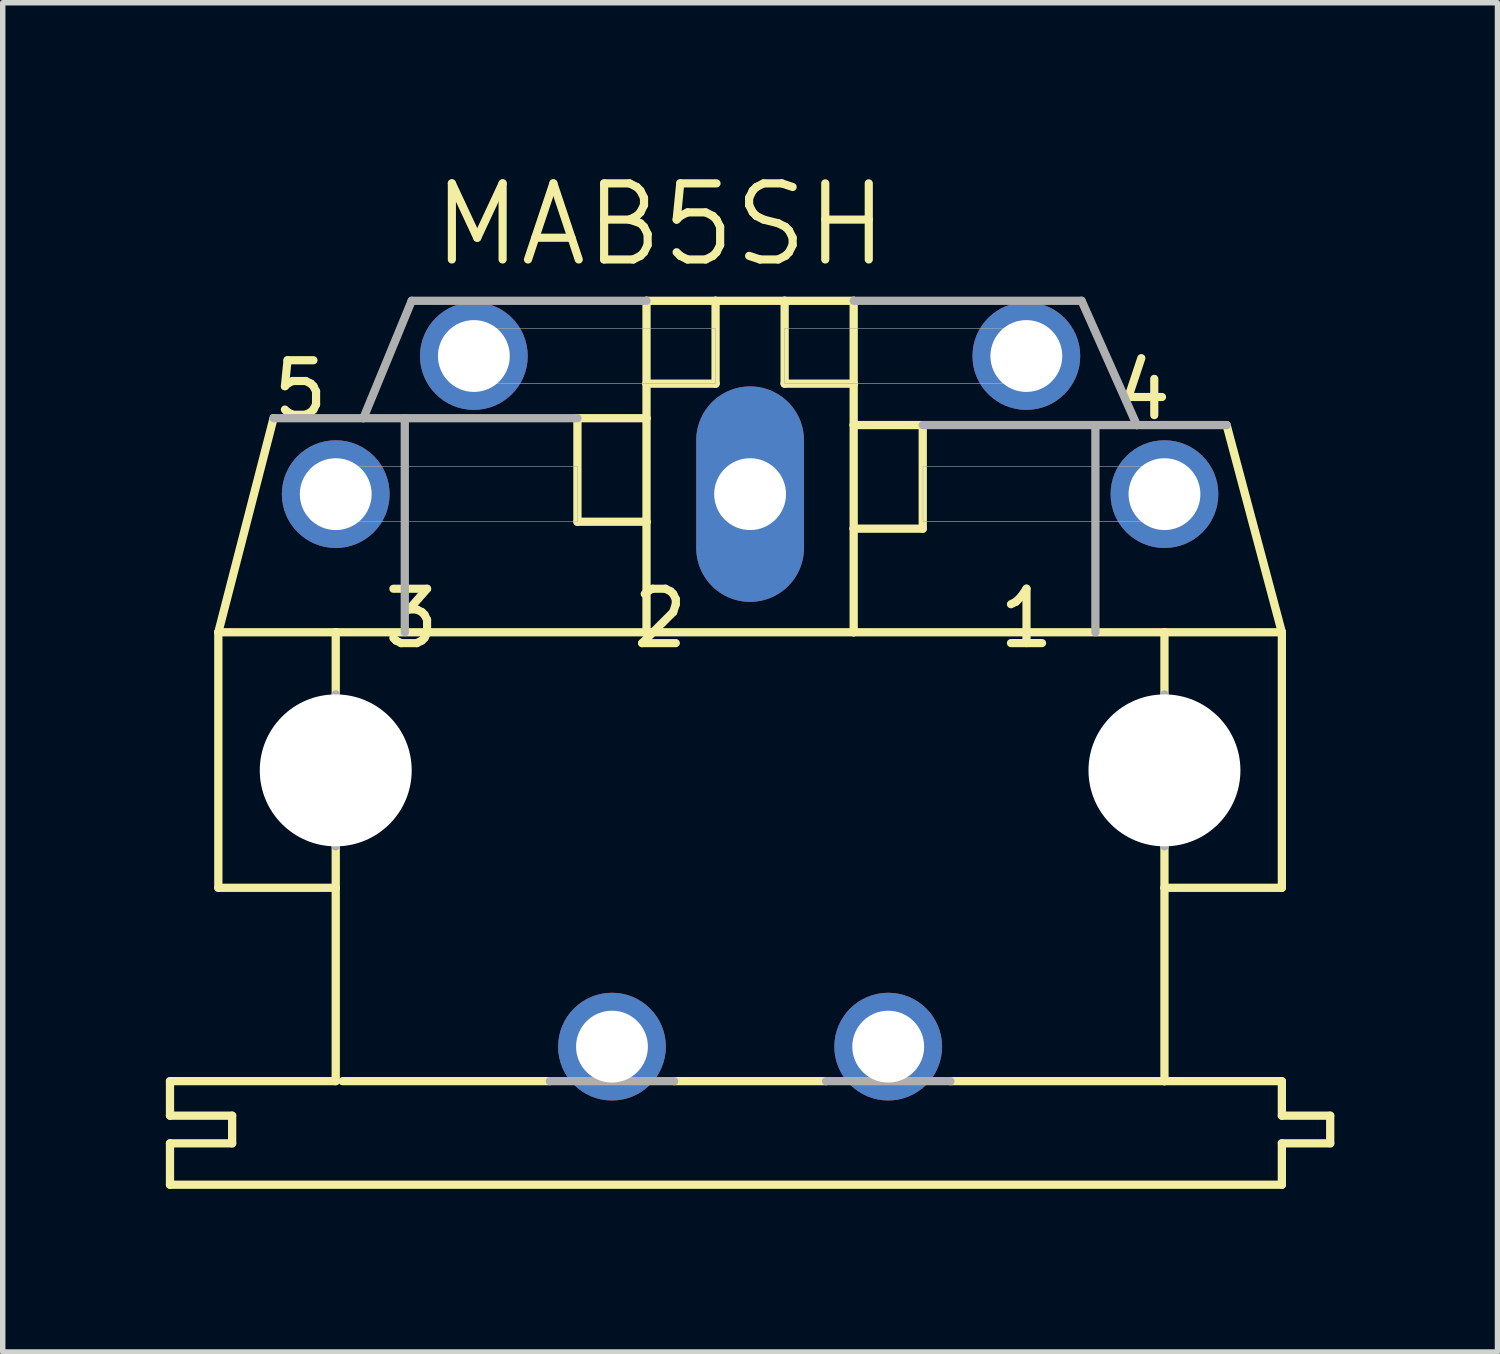
<source format=kicad_pcb>
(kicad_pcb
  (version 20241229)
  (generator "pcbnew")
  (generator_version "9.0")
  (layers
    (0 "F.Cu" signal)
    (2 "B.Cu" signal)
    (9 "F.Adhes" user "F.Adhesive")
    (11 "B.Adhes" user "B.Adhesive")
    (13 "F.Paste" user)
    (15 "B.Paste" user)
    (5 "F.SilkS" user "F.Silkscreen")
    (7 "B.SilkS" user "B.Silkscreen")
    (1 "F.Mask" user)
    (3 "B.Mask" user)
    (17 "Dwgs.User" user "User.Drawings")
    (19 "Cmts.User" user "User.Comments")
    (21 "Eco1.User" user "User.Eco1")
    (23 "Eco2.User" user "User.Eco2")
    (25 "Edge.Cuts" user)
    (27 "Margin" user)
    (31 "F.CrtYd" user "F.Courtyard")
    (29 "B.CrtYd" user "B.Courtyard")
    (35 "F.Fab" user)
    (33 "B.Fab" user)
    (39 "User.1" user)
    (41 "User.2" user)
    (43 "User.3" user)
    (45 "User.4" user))
  (footprint "MAB5SH"
    (layer "F.Cu")
    (at 10.744 11.117)
    (property "Reference" "MAB5SH" (at -1.651 -10.035 0) (layer "F.SilkS") (effects (font (size 1.4 1.4) (thickness 0.15))))
    (attr through_hole)
    (fp_line (start -10.668 6.35) (end -10.668 5.715) (stroke (width 0.152) (type solid)) (layer "F.SilkS"))
    (fp_line (start -10.668 6.35) (end -9.525 6.35) (stroke (width 0.152) (type solid)) (layer "F.SilkS"))
    (fp_line (start -10.668 7.62) (end -10.668 6.858) (stroke (width 0.152) (type solid)) (layer "F.SilkS"))
    (fp_line (start -10.668 7.62) (end 9.779 7.62) (stroke (width 0.152) (type solid)) (layer "F.SilkS"))
    (fp_line (start -9.779 2.159) (end -9.779 -2.54) (stroke (width 0.152) (type solid)) (layer "F.SilkS"))
    (fp_line (start -9.779 2.159) (end -7.62 2.159) (stroke (width 0.152) (type solid)) (layer "F.SilkS"))
    (fp_line (start -9.525 6.858) (end -10.668 6.858) (stroke (width 0.152) (type solid)) (layer "F.SilkS"))
    (fp_line (start -9.525 6.858) (end -9.525 6.35) (stroke (width 0.152) (type solid)) (layer "F.SilkS"))
    (fp_line (start -8.763 -6.477) (end -9.779 -2.54) (stroke (width 0.152) (type solid)) (layer "F.SilkS"))
    (fp_line (start -7.62 -2.54) (end -9.779 -2.54) (stroke (width 0.152) (type solid)) (layer "F.SilkS"))
    (fp_line (start -7.62 -2.54) (end -7.62 -1.397) (stroke (width 0.152) (type solid)) (layer "F.SilkS"))
    (fp_line (start -7.62 2.159) (end -7.62 1.397) (stroke (width 0.152) (type solid)) (layer "F.SilkS"))
    (fp_line (start -7.62 5.715) (end -10.668 5.715) (stroke (width 0.152) (type solid)) (layer "F.SilkS"))
    (fp_line (start -7.62 5.715) (end -7.62 2.159) (stroke (width 0.152) (type solid)) (layer "F.SilkS"))
    (fp_line (start -7.493 5.715) (end -3.683 5.715) (stroke (width 0.152) (type solid)) (layer "F.SilkS"))
    (fp_line (start -3.175 -6.477) (end -3.175 -4.572) (stroke (width 0.152) (type solid)) (layer "F.SilkS"))
    (fp_line (start -1.905 -8.636) (end -1.905 -7.112) (stroke (width 0.152) (type solid)) (layer "F.SilkS"))
    (fp_line (start -1.905 -7.112) (end -1.905 -6.477) (stroke (width 0.152) (type solid)) (layer "F.SilkS"))
    (fp_line (start -1.905 -7.112) (end -0.635 -7.112) (stroke (width 0.152) (type solid)) (layer "F.SilkS"))
    (fp_line (start -1.905 -6.477) (end -3.175 -6.477) (stroke (width 0.152) (type solid)) (layer "F.SilkS"))
    (fp_line (start -1.905 -6.477) (end -1.905 -4.572) (stroke (width 0.152) (type solid)) (layer "F.SilkS"))
    (fp_line (start -1.905 -4.572) (end -3.175 -4.572) (stroke (width 0.152) (type solid)) (layer "F.SilkS"))
    (fp_line (start -1.905 -4.572) (end -1.905 -2.54) (stroke (width 0.152) (type solid)) (layer "F.SilkS"))
    (fp_line (start -1.905 -2.54) (end -7.62 -2.54) (stroke (width 0.152) (type solid)) (layer "F.SilkS"))
    (fp_line (start -1.397 5.715) (end 1.397 5.715) (stroke (width 0.152) (type solid)) (layer "F.SilkS"))
    (fp_line (start -0.635 -8.636) (end -1.905 -8.636) (stroke (width 0.152) (type solid)) (layer "F.SilkS"))
    (fp_line (start -0.635 -8.636) (end -0.635 -7.112) (stroke (width 0.152) (type solid)) (layer "F.SilkS"))
    (fp_line (start 0.635 -8.636) (end -0.635 -8.636) (stroke (width 0.152) (type solid)) (layer "F.SilkS"))
    (fp_line (start 0.635 -8.636) (end 0.635 -7.112) (stroke (width 0.152) (type solid)) (layer "F.SilkS"))
    (fp_line (start 1.905 -8.636) (end 0.635 -8.636) (stroke (width 0.152) (type solid)) (layer "F.SilkS"))
    (fp_line (start 1.905 -8.636) (end 1.905 -7.112) (stroke (width 0.152) (type solid)) (layer "F.SilkS"))
    (fp_line (start 1.905 -7.112) (end 0.635 -7.112) (stroke (width 0.152) (type solid)) (layer "F.SilkS"))
    (fp_line (start 1.905 -7.112) (end 1.905 -6.35) (stroke (width 0.152) (type solid)) (layer "F.SilkS"))
    (fp_line (start 1.905 -6.35) (end 1.905 -4.445) (stroke (width 0.152) (type solid)) (layer "F.SilkS"))
    (fp_line (start 1.905 -4.445) (end 1.905 -2.54) (stroke (width 0.152) (type solid)) (layer "F.SilkS"))
    (fp_line (start 1.905 -4.445) (end 3.175 -4.445) (stroke (width 0.152) (type solid)) (layer "F.SilkS"))
    (fp_line (start 1.905 -2.54) (end -1.905 -2.54) (stroke (width 0.152) (type solid)) (layer "F.SilkS"))
    (fp_line (start 3.175 -6.35) (end 1.905 -6.35) (stroke (width 0.152) (type solid)) (layer "F.SilkS"))
    (fp_line (start 3.175 -6.35) (end 3.175 -4.445) (stroke (width 0.152) (type solid)) (layer "F.SilkS"))
    (fp_line (start 3.683 5.715) (end 7.62 5.715) (stroke (width 0.152) (type solid)) (layer "F.SilkS"))
    (fp_line (start 7.62 -2.54) (end 1.905 -2.54) (stroke (width 0.152) (type solid)) (layer "F.SilkS"))
    (fp_line (start 7.62 -2.54) (end 7.62 -1.397) (stroke (width 0.152) (type solid)) (layer "F.SilkS"))
    (fp_line (start 7.62 2.159) (end 7.62 1.397) (stroke (width 0.152) (type solid)) (layer "F.SilkS"))
    (fp_line (start 7.62 5.715) (end 7.62 2.159) (stroke (width 0.152) (type solid)) (layer "F.SilkS"))
    (fp_line (start 8.763 -6.35) (end 9.779 -2.54) (stroke (width 0.152) (type solid)) (layer "F.SilkS"))
    (fp_line (start 9.779 -2.54) (end 7.62 -2.54) (stroke (width 0.152) (type solid)) (layer "F.SilkS"))
    (fp_line (start 9.779 2.159) (end 7.62 2.159) (stroke (width 0.152) (type solid)) (layer "F.SilkS"))
    (fp_line (start 9.779 2.159) (end 9.779 -2.54) (stroke (width 0.152) (type solid)) (layer "F.SilkS"))
    (fp_line (start 9.779 5.715) (end 7.62 5.715) (stroke (width 0.152) (type solid)) (layer "F.SilkS"))
    (fp_line (start 9.779 5.715) (end 9.779 6.35) (stroke (width 0.152) (type solid)) (layer "F.SilkS"))
    (fp_line (start 9.779 7.62) (end 9.779 6.858) (stroke (width 0.152) (type solid)) (layer "F.SilkS"))
    (fp_line (start 10.668 6.35) (end 9.779 6.35) (stroke (width 0.152) (type solid)) (layer "F.SilkS"))
    (fp_line (start 10.668 6.858) (end 9.779 6.858) (stroke (width 0.152) (type solid)) (layer "F.SilkS"))
    (fp_line (start 10.668 6.858) (end 10.668 6.35) (stroke (width 0.152) (type solid)) (layer "F.SilkS"))
    (fp_line (start -8.763 -6.477) (end -7.112 -6.477) (stroke (width 0.152) (type solid)) (layer "F.Fab"))
    (fp_line (start -7.62 -1.397) (end -7.62 1.397) (stroke (width 0.152) (type solid)) (layer "F.Fab"))
    (fp_line (start -7.112 -6.477) (end -6.223 -8.636) (stroke (width 0.152) (type solid)) (layer "F.Fab"))
    (fp_line (start -6.35 -6.477) (end -7.112 -6.477) (stroke (width 0.152) (type solid)) (layer "F.Fab"))
    (fp_line (start -6.35 -6.477) (end -6.35 -2.54) (stroke (width 0.152) (type solid)) (layer "F.Fab"))
    (fp_line (start -3.175 -6.477) (end -6.35 -6.477) (stroke (width 0.152) (type solid)) (layer "F.Fab"))
    (fp_line (start -1.905 -8.636) (end -6.223 -8.636) (stroke (width 0.152) (type solid)) (layer "F.Fab"))
    (fp_line (start -1.397 5.715) (end -3.683 5.715) (stroke (width 0.152) (type solid)) (layer "F.Fab"))
    (fp_line (start 3.683 5.715) (end 1.397 5.715) (stroke (width 0.152) (type solid)) (layer "F.Fab"))
    (fp_line (start 6.096 -8.636) (end 1.905 -8.636) (stroke (width 0.152) (type solid)) (layer "F.Fab"))
    (fp_line (start 6.096 -8.636) (end 7.112 -6.35) (stroke (width 0.152) (type solid)) (layer "F.Fab"))
    (fp_line (start 6.35 -6.35) (end 3.175 -6.35) (stroke (width 0.152) (type solid)) (layer "F.Fab"))
    (fp_line (start 6.35 -6.35) (end 6.35 -2.54) (stroke (width 0.152) (type solid)) (layer "F.Fab"))
    (fp_line (start 7.112 -6.35) (end 6.35 -6.35) (stroke (width 0.152) (type solid)) (layer "F.Fab"))
    (fp_line (start 7.62 -1.397) (end 7.62 1.397) (stroke (width 0.152) (type solid)) (layer "F.Fab"))
    (fp_line (start 8.763 -6.35) (end 7.112 -6.35) (stroke (width 0.152) (type solid)) (layer "F.Fab"))
    (fp_poly (pts (xy -8.016 -5.588) (xy -3.175 -5.588) (xy -3.175 -4.581) (xy -8.016 -4.581)) (stroke (width 0.01) (type solid)) (fill no) (layer "F.Fab"))
    (fp_poly (pts (xy -5.465 -8.128) (xy -0.635 -8.128) (xy -0.635 -7.117) (xy -5.465 -7.117)) (stroke (width 0.01) (type solid)) (fill no) (layer "F.Fab"))
    (fp_poly (pts (xy 0.635 -8.128) (xy 5.461 -8.128) (xy 5.461 -7.117) (xy 0.635 -7.117)) (stroke (width 0.01) (type solid)) (fill no) (layer "F.Fab"))
    (fp_poly (pts (xy 3.179 -5.588) (xy 8.001 -5.588) (xy 8.001 -4.578) (xy 3.179 -4.578)) (stroke (width 0.01) (type solid)) (fill no) (layer "F.Fab"))
    (fp_text user "4" (at 7.242 -6.988 0) (layer "F.SilkS") (effects (font (size 1 1) (thickness 0.15))))
    (fp_text user "5" (at -8.268 -6.996 0) (layer "F.SilkS") (effects (font (size 1.002 1.002) (thickness 0.15))))
    (fp_text user "1" (at 5.083 -2.796 0) (layer "F.SilkS") (effects (font (size 1.001 1.001) (thickness 0.15))))
    (fp_text user "3" (at -6.226 -2.795 0) (layer "F.SilkS") (effects (font (size 1 1) (thickness 0.15))))
    (fp_text user "2" (at -1.652 -2.795 0) (layer "F.SilkS") (effects (font (size 1 1) (thickness 0.15))))
    (pad "" np_thru_hole circle (at -7.62 0) (size 2.794 2.794) (drill 2.794) (layers "*.Cu" "*.Mask"))
    (pad "" np_thru_hole circle (at 7.62 0) (size 2.794 2.794) (drill 2.794) (layers "*.Cu" "*.Mask"))
    (pad "1" thru_hole circle (at 7.62 -5.08) (size 1.981 1.981) (drill 1.321) (layers "*.Cu" "*.Mask"))
    (pad "2" thru_hole oval (at 0 -5.08) (size 1.981 3.962) (drill 1.321) (layers "*.Cu" "*.Mask"))
    (pad "3" thru_hole circle (at -7.62 -5.08) (size 1.981 1.981) (drill 1.321) (layers "*.Cu" "*.Mask"))
    (pad "4" thru_hole circle (at 5.08 -7.62) (size 1.981 1.981) (drill 1.321) (layers "*.Cu" "*.Mask"))
    (pad "5" thru_hole circle (at -5.08 -7.62) (size 1.981 1.981) (drill 1.321) (layers "*.Cu" "*.Mask"))
    (pad "PE" thru_hole circle (at -2.54 5.08) (size 1.981 1.981) (drill 1.321) (layers "*.Cu" "*.Mask"))
    (pad "PE@" thru_hole circle (at 2.54 5.08) (size 1.981 1.981) (drill 1.321) (layers "*.Cu" "*.Mask")))
  (gr_rect
    (start -3 -3)
    (end 24.488 21.813)
    (stroke (width 0.1) (type default))
    (fill no)
    (layer "Edge.Cuts")))
</source>
